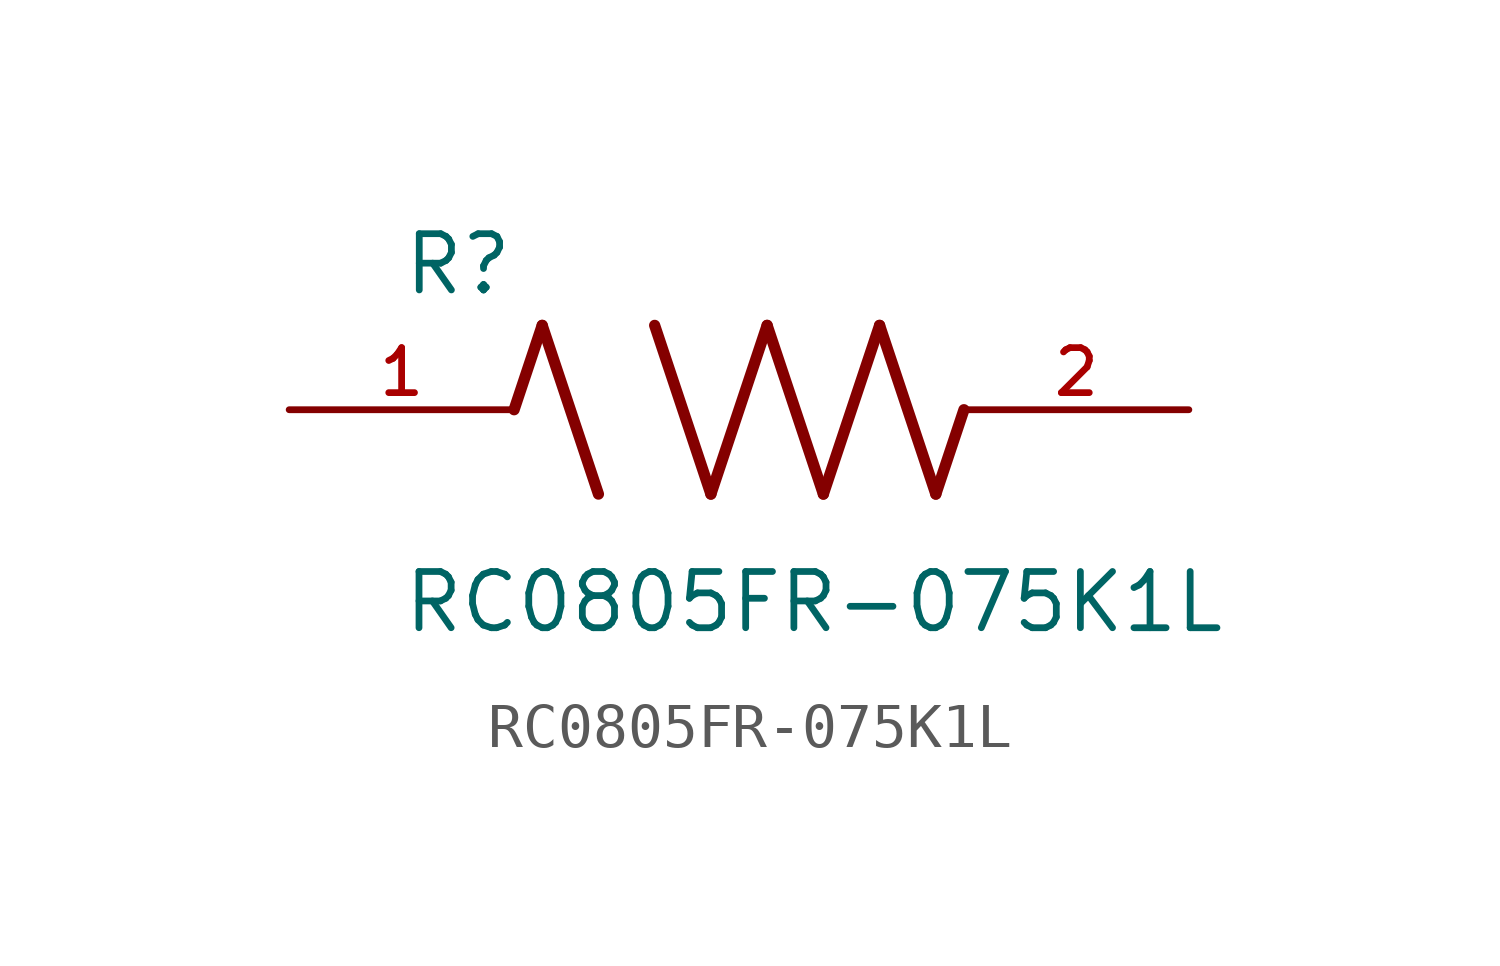
<source format=kicad_sym>
(kicad_symbol_lib
  (version 20231120)
  (generator "kicad_symbol_editor")
  (generator_version "8.0")
  (symbol "RC0805FR-075K1L"
    (pin_names
      (offset 1.016))
    (property "Reference" "R"
      (at -7.624 2.542 0)
      (effects (font (size 1.27 1.27)) (justify left bottom)))
    (property "Value" "RC0805FR-075K1L"
      (at -7.63 -5.087 0)
      (effects (font (size 1.27 1.27)) (justify left bottom)))
    (symbol "RC0805FR-075K1L_0_0"
      (polyline (pts (xy -5.08 0) (xy -4.445 1.905)) (stroke (width 0.254) (type default)) (fill (type none)))
      (polyline (pts (xy -4.445 1.905) (xy -3.175 -1.905)) (stroke (width 0.254) (type default)) (fill (type none)))
      (polyline (pts (xy -1.905 1.905) (xy -0.635 -1.905)) (stroke (width 0.254) (type default)) (fill (type none)))
      (polyline (pts (xy -0.635 -1.905) (xy 0.635 1.905)) (stroke (width 0.254) (type default)) (fill (type none)))
      (polyline (pts (xy 0.635 1.905) (xy 1.905 -1.905)) (stroke (width 0.254) (type default)) (fill (type none)))
      (polyline (pts (xy 1.905 -1.905) (xy 3.175 1.905)) (stroke (width 0.254) (type default)) (fill (type none)))
      (polyline (pts (xy 3.175 1.905) (xy 4.445 -1.905)) (stroke (width 0.254) (type default)) (fill (type none)))
      (polyline (pts (xy 4.445 -1.905) (xy 5.08 0)) (stroke (width 0.254) (type default)) (fill (type none)))
      (pin passive line (at -10.16 0 0) (length 5.08) (name "~" (effects (font (size 1.016 1.016)))) (number "1" (effects (font (size 1.016 1.016)))))
      (pin passive line (at 10.16 0 180) (length 5.08) (name "~" (effects (font (size 1.016 1.016)))) (number "2" (effects (font (size 1.016 1.016))))))))
</source>
